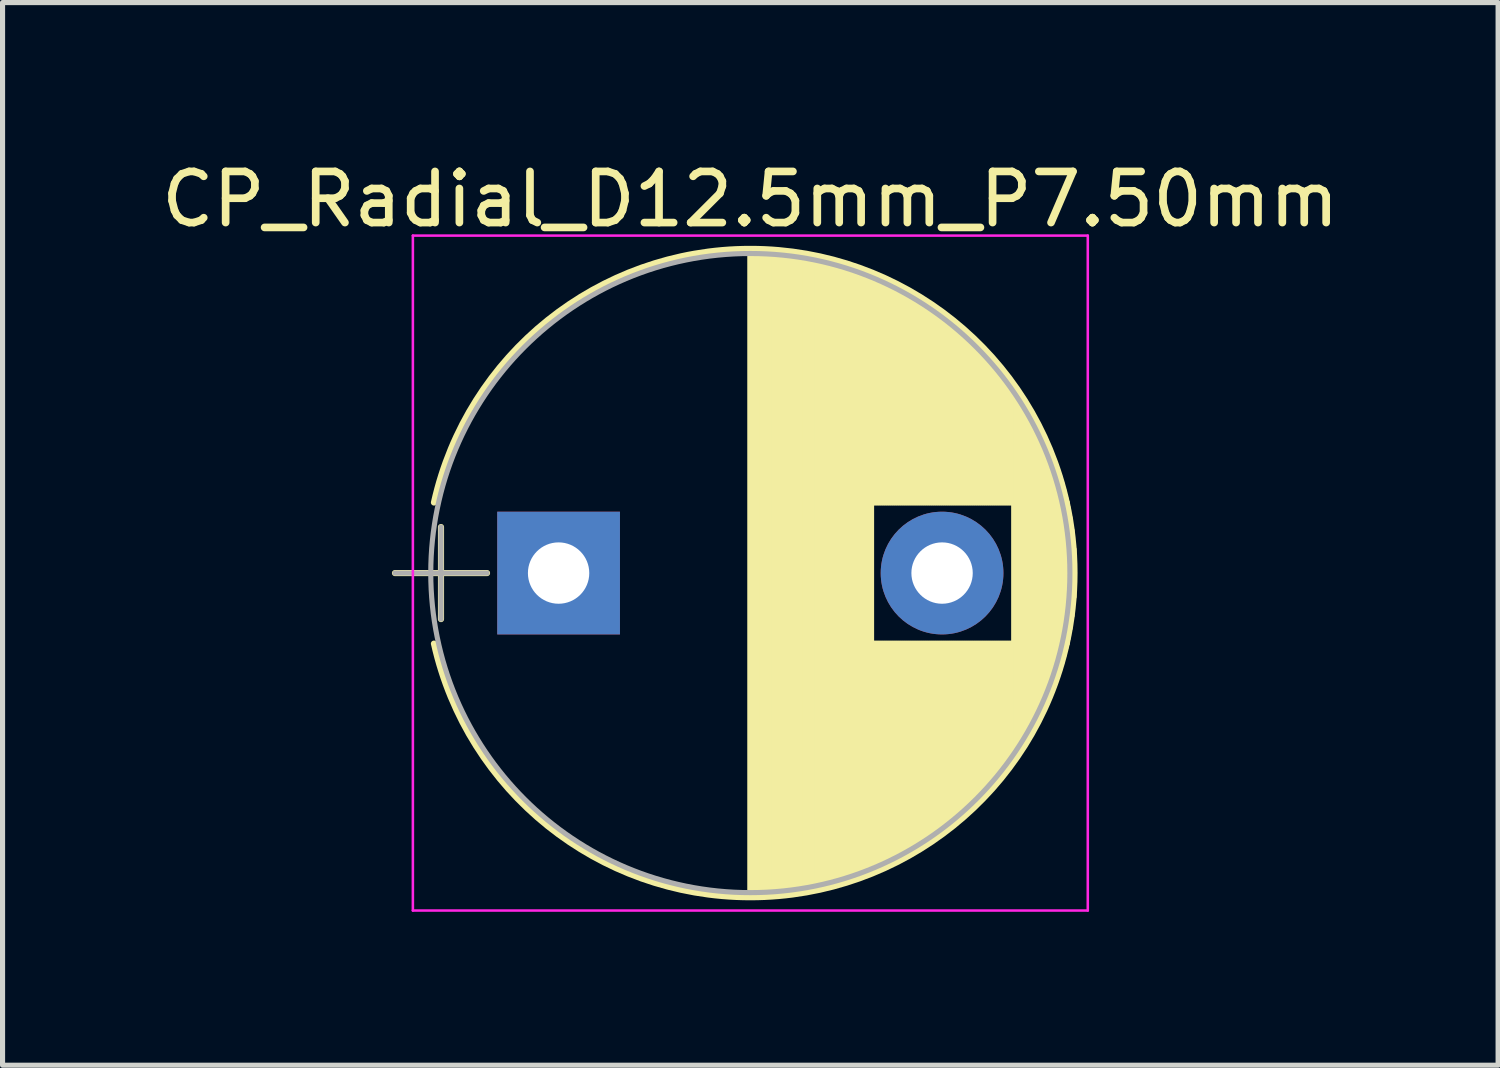
<source format=kicad_pcb>
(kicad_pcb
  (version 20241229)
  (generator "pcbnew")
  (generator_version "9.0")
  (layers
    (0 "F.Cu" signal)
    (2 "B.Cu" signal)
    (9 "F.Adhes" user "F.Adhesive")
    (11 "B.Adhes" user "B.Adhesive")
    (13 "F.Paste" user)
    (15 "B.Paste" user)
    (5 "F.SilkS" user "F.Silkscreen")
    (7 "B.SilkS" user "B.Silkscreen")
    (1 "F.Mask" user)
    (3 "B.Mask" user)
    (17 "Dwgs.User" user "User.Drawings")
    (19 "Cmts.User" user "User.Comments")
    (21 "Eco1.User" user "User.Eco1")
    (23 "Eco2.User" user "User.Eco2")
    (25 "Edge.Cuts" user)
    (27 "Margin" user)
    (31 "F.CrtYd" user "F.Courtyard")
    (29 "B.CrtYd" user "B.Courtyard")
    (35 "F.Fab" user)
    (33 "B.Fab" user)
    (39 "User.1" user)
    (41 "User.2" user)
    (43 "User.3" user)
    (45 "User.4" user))
  (footprint "CP_Radial_D12.5mm_P7.50mm"
    (layer "F.Cu")
    (at 7.875 8.158)
    (property "Reference" "CP_Radial_D12.5mm_P7.50mm" (at 3.75 -7.31 0) (layer "F.SilkS") (effects (font (size 1 1) (thickness 0.15))))
    (attr through_hole)
    (fp_line (start -3.2 0) (end -1.4 0) (stroke (width 0.12) (type solid)) (layer "F.SilkS"))
    (fp_line (start -2.3 -0.9) (end -2.3 0.9) (stroke (width 0.12) (type solid)) (layer "F.SilkS"))
    (fp_line (start 3.75 -6.3) (end 3.75 6.3) (stroke (width 0.12) (type solid)) (layer "F.SilkS"))
    (fp_line (start 3.79 -6.3) (end 3.79 6.3) (stroke (width 0.12) (type solid)) (layer "F.SilkS"))
    (fp_line (start 3.83 -6.3) (end 3.83 6.3) (stroke (width 0.12) (type solid)) (layer "F.SilkS"))
    (fp_line (start 3.87 -6.299) (end 3.87 6.299) (stroke (width 0.12) (type solid)) (layer "F.SilkS"))
    (fp_line (start 3.91 -6.298) (end 3.91 6.298) (stroke (width 0.12) (type solid)) (layer "F.SilkS"))
    (fp_line (start 3.95 -6.297) (end 3.95 6.297) (stroke (width 0.12) (type solid)) (layer "F.SilkS"))
    (fp_line (start 3.99 -6.296) (end 3.99 6.296) (stroke (width 0.12) (type solid)) (layer "F.SilkS"))
    (fp_line (start 4.03 -6.294) (end 4.03 6.294) (stroke (width 0.12) (type solid)) (layer "F.SilkS"))
    (fp_line (start 4.07 -6.292) (end 4.07 6.292) (stroke (width 0.12) (type solid)) (layer "F.SilkS"))
    (fp_line (start 4.11 -6.29) (end 4.11 6.29) (stroke (width 0.12) (type solid)) (layer "F.SilkS"))
    (fp_line (start 4.15 -6.288) (end 4.15 6.288) (stroke (width 0.12) (type solid)) (layer "F.SilkS"))
    (fp_line (start 4.19 -6.285) (end 4.19 6.285) (stroke (width 0.12) (type solid)) (layer "F.SilkS"))
    (fp_line (start 4.23 -6.282) (end 4.23 6.282) (stroke (width 0.12) (type solid)) (layer "F.SilkS"))
    (fp_line (start 4.27 -6.279) (end 4.27 6.279) (stroke (width 0.12) (type solid)) (layer "F.SilkS"))
    (fp_line (start 4.31 -6.276) (end 4.31 6.276) (stroke (width 0.12) (type solid)) (layer "F.SilkS"))
    (fp_line (start 4.35 -6.272) (end 4.35 6.272) (stroke (width 0.12) (type solid)) (layer "F.SilkS"))
    (fp_line (start 4.39 -6.268) (end 4.39 6.268) (stroke (width 0.12) (type solid)) (layer "F.SilkS"))
    (fp_line (start 4.43 -6.264) (end 4.43 6.264) (stroke (width 0.12) (type solid)) (layer "F.SilkS"))
    (fp_line (start 4.471 -6.259) (end 4.471 6.259) (stroke (width 0.12) (type solid)) (layer "F.SilkS"))
    (fp_line (start 4.511 -6.255) (end 4.511 6.255) (stroke (width 0.12) (type solid)) (layer "F.SilkS"))
    (fp_line (start 4.551 -6.25) (end 4.551 6.25) (stroke (width 0.12) (type solid)) (layer "F.SilkS"))
    (fp_line (start 4.591 -6.245) (end 4.591 6.245) (stroke (width 0.12) (type solid)) (layer "F.SilkS"))
    (fp_line (start 4.631 -6.239) (end 4.631 6.239) (stroke (width 0.12) (type solid)) (layer "F.SilkS"))
    (fp_line (start 4.671 -6.233) (end 4.671 6.233) (stroke (width 0.12) (type solid)) (layer "F.SilkS"))
    (fp_line (start 4.711 -6.227) (end 4.711 6.227) (stroke (width 0.12) (type solid)) (layer "F.SilkS"))
    (fp_line (start 4.751 -6.221) (end 4.751 6.221) (stroke (width 0.12) (type solid)) (layer "F.SilkS"))
    (fp_line (start 4.791 -6.215) (end 4.791 6.215) (stroke (width 0.12) (type solid)) (layer "F.SilkS"))
    (fp_line (start 4.831 -6.208) (end 4.831 6.208) (stroke (width 0.12) (type solid)) (layer "F.SilkS"))
    (fp_line (start 4.871 -6.201) (end 4.871 6.201) (stroke (width 0.12) (type solid)) (layer "F.SilkS"))
    (fp_line (start 4.911 -6.193) (end 4.911 6.193) (stroke (width 0.12) (type solid)) (layer "F.SilkS"))
    (fp_line (start 4.951 -6.186) (end 4.951 6.186) (stroke (width 0.12) (type solid)) (layer "F.SilkS"))
    (fp_line (start 4.991 -6.178) (end 4.991 6.178) (stroke (width 0.12) (type solid)) (layer "F.SilkS"))
    (fp_line (start 5.031 -6.17) (end 5.031 6.17) (stroke (width 0.12) (type solid)) (layer "F.SilkS"))
    (fp_line (start 5.071 -6.162) (end 5.071 6.162) (stroke (width 0.12) (type solid)) (layer "F.SilkS"))
    (fp_line (start 5.111 -6.153) (end 5.111 6.153) (stroke (width 0.12) (type solid)) (layer "F.SilkS"))
    (fp_line (start 5.151 -6.144) (end 5.151 6.144) (stroke (width 0.12) (type solid)) (layer "F.SilkS"))
    (fp_line (start 5.191 -6.135) (end 5.191 6.135) (stroke (width 0.12) (type solid)) (layer "F.SilkS"))
    (fp_line (start 5.231 -6.125) (end 5.231 6.125) (stroke (width 0.12) (type solid)) (layer "F.SilkS"))
    (fp_line (start 5.271 -6.116) (end 5.271 6.116) (stroke (width 0.12) (type solid)) (layer "F.SilkS"))
    (fp_line (start 5.311 -6.106) (end 5.311 6.106) (stroke (width 0.12) (type solid)) (layer "F.SilkS"))
    (fp_line (start 5.351 -6.095) (end 5.351 6.095) (stroke (width 0.12) (type solid)) (layer "F.SilkS"))
    (fp_line (start 5.391 -6.085) (end 5.391 6.085) (stroke (width 0.12) (type solid)) (layer "F.SilkS"))
    (fp_line (start 5.431 -6.074) (end 5.431 6.074) (stroke (width 0.12) (type solid)) (layer "F.SilkS"))
    (fp_line (start 5.471 -6.063) (end 5.471 6.063) (stroke (width 0.12) (type solid)) (layer "F.SilkS"))
    (fp_line (start 5.511 -6.051) (end 5.511 6.051) (stroke (width 0.12) (type solid)) (layer "F.SilkS"))
    (fp_line (start 5.551 -6.04) (end 5.551 6.04) (stroke (width 0.12) (type solid)) (layer "F.SilkS"))
    (fp_line (start 5.591 -6.028) (end 5.591 6.028) (stroke (width 0.12) (type solid)) (layer "F.SilkS"))
    (fp_line (start 5.631 -6.015) (end 5.631 6.015) (stroke (width 0.12) (type solid)) (layer "F.SilkS"))
    (fp_line (start 5.671 -6.003) (end 5.671 6.003) (stroke (width 0.12) (type solid)) (layer "F.SilkS"))
    (fp_line (start 5.711 -5.99) (end 5.711 5.99) (stroke (width 0.12) (type solid)) (layer "F.SilkS"))
    (fp_line (start 5.751 -5.977) (end 5.751 5.977) (stroke (width 0.12) (type solid)) (layer "F.SilkS"))
    (fp_line (start 5.791 -5.963) (end 5.791 5.963) (stroke (width 0.12) (type solid)) (layer "F.SilkS"))
    (fp_line (start 5.831 -5.95) (end 5.831 5.95) (stroke (width 0.12) (type solid)) (layer "F.SilkS"))
    (fp_line (start 5.871 -5.936) (end 5.871 5.936) (stroke (width 0.12) (type solid)) (layer "F.SilkS"))
    (fp_line (start 5.911 -5.921) (end 5.911 5.921) (stroke (width 0.12) (type solid)) (layer "F.SilkS"))
    (fp_line (start 5.951 -5.907) (end 5.951 5.907) (stroke (width 0.12) (type solid)) (layer "F.SilkS"))
    (fp_line (start 5.991 -5.892) (end 5.991 5.892) (stroke (width 0.12) (type solid)) (layer "F.SilkS"))
    (fp_line (start 6.031 -5.876) (end 6.031 5.876) (stroke (width 0.12) (type solid)) (layer "F.SilkS"))
    (fp_line (start 6.071 -5.861) (end 6.071 5.861) (stroke (width 0.12) (type solid)) (layer "F.SilkS"))
    (fp_line (start 6.111 -5.845) (end 6.111 5.845) (stroke (width 0.12) (type solid)) (layer "F.SilkS"))
    (fp_line (start 6.151 -5.829) (end 6.151 -1.38) (stroke (width 0.12) (type solid)) (layer "F.SilkS"))
    (fp_line (start 6.151 1.38) (end 6.151 5.829) (stroke (width 0.12) (type solid)) (layer "F.SilkS"))
    (fp_line (start 6.191 -5.812) (end 6.191 -1.38) (stroke (width 0.12) (type solid)) (layer "F.SilkS"))
    (fp_line (start 6.191 1.38) (end 6.191 5.812) (stroke (width 0.12) (type solid)) (layer "F.SilkS"))
    (fp_line (start 6.231 -5.795) (end 6.231 -1.38) (stroke (width 0.12) (type solid)) (layer "F.SilkS"))
    (fp_line (start 6.231 1.38) (end 6.231 5.795) (stroke (width 0.12) (type solid)) (layer "F.SilkS"))
    (fp_line (start 6.271 -5.778) (end 6.271 -1.38) (stroke (width 0.12) (type solid)) (layer "F.SilkS"))
    (fp_line (start 6.271 1.38) (end 6.271 5.778) (stroke (width 0.12) (type solid)) (layer "F.SilkS"))
    (fp_line (start 6.311 -5.761) (end 6.311 -1.38) (stroke (width 0.12) (type solid)) (layer "F.SilkS"))
    (fp_line (start 6.311 1.38) (end 6.311 5.761) (stroke (width 0.12) (type solid)) (layer "F.SilkS"))
    (fp_line (start 6.351 -5.743) (end 6.351 -1.38) (stroke (width 0.12) (type solid)) (layer "F.SilkS"))
    (fp_line (start 6.351 1.38) (end 6.351 5.743) (stroke (width 0.12) (type solid)) (layer "F.SilkS"))
    (fp_line (start 6.391 -5.725) (end 6.391 -1.38) (stroke (width 0.12) (type solid)) (layer "F.SilkS"))
    (fp_line (start 6.391 1.38) (end 6.391 5.725) (stroke (width 0.12) (type solid)) (layer "F.SilkS"))
    (fp_line (start 6.431 -5.706) (end 6.431 -1.38) (stroke (width 0.12) (type solid)) (layer "F.SilkS"))
    (fp_line (start 6.431 1.38) (end 6.431 5.706) (stroke (width 0.12) (type solid)) (layer "F.SilkS"))
    (fp_line (start 6.471 -5.687) (end 6.471 -1.38) (stroke (width 0.12) (type solid)) (layer "F.SilkS"))
    (fp_line (start 6.471 1.38) (end 6.471 5.687) (stroke (width 0.12) (type solid)) (layer "F.SilkS"))
    (fp_line (start 6.511 -5.668) (end 6.511 -1.38) (stroke (width 0.12) (type solid)) (layer "F.SilkS"))
    (fp_line (start 6.511 1.38) (end 6.511 5.668) (stroke (width 0.12) (type solid)) (layer "F.SilkS"))
    (fp_line (start 6.551 -5.649) (end 6.551 -1.38) (stroke (width 0.12) (type solid)) (layer "F.SilkS"))
    (fp_line (start 6.551 1.38) (end 6.551 5.649) (stroke (width 0.12) (type solid)) (layer "F.SilkS"))
    (fp_line (start 6.591 -5.629) (end 6.591 -1.38) (stroke (width 0.12) (type solid)) (layer "F.SilkS"))
    (fp_line (start 6.591 1.38) (end 6.591 5.629) (stroke (width 0.12) (type solid)) (layer "F.SilkS"))
    (fp_line (start 6.631 -5.609) (end 6.631 -1.38) (stroke (width 0.12) (type solid)) (layer "F.SilkS"))
    (fp_line (start 6.631 1.38) (end 6.631 5.609) (stroke (width 0.12) (type solid)) (layer "F.SilkS"))
    (fp_line (start 6.671 -5.588) (end 6.671 -1.38) (stroke (width 0.12) (type solid)) (layer "F.SilkS"))
    (fp_line (start 6.671 1.38) (end 6.671 5.588) (stroke (width 0.12) (type solid)) (layer "F.SilkS"))
    (fp_line (start 6.711 -5.567) (end 6.711 -1.38) (stroke (width 0.12) (type solid)) (layer "F.SilkS"))
    (fp_line (start 6.711 1.38) (end 6.711 5.567) (stroke (width 0.12) (type solid)) (layer "F.SilkS"))
    (fp_line (start 6.751 -5.546) (end 6.751 -1.38) (stroke (width 0.12) (type solid)) (layer "F.SilkS"))
    (fp_line (start 6.751 1.38) (end 6.751 5.546) (stroke (width 0.12) (type solid)) (layer "F.SilkS"))
    (fp_line (start 6.791 -5.524) (end 6.791 -1.38) (stroke (width 0.12) (type solid)) (layer "F.SilkS"))
    (fp_line (start 6.791 1.38) (end 6.791 5.524) (stroke (width 0.12) (type solid)) (layer "F.SilkS"))
    (fp_line (start 6.831 -5.502) (end 6.831 -1.38) (stroke (width 0.12) (type solid)) (layer "F.SilkS"))
    (fp_line (start 6.831 1.38) (end 6.831 5.502) (stroke (width 0.12) (type solid)) (layer "F.SilkS"))
    (fp_line (start 6.871 -5.48) (end 6.871 -1.38) (stroke (width 0.12) (type solid)) (layer "F.SilkS"))
    (fp_line (start 6.871 1.38) (end 6.871 5.48) (stroke (width 0.12) (type solid)) (layer "F.SilkS"))
    (fp_line (start 6.911 -5.457) (end 6.911 -1.38) (stroke (width 0.12) (type solid)) (layer "F.SilkS"))
    (fp_line (start 6.911 1.38) (end 6.911 5.457) (stroke (width 0.12) (type solid)) (layer "F.SilkS"))
    (fp_line (start 6.951 -5.434) (end 6.951 -1.38) (stroke (width 0.12) (type solid)) (layer "F.SilkS"))
    (fp_line (start 6.951 1.38) (end 6.951 5.434) (stroke (width 0.12) (type solid)) (layer "F.SilkS"))
    (fp_line (start 6.991 -5.41) (end 6.991 -1.38) (stroke (width 0.12) (type solid)) (layer "F.SilkS"))
    (fp_line (start 6.991 1.38) (end 6.991 5.41) (stroke (width 0.12) (type solid)) (layer "F.SilkS"))
    (fp_line (start 7.031 -5.386) (end 7.031 -1.38) (stroke (width 0.12) (type solid)) (layer "F.SilkS"))
    (fp_line (start 7.031 1.38) (end 7.031 5.386) (stroke (width 0.12) (type solid)) (layer "F.SilkS"))
    (fp_line (start 7.071 -5.362) (end 7.071 -1.38) (stroke (width 0.12) (type solid)) (layer "F.SilkS"))
    (fp_line (start 7.071 1.38) (end 7.071 5.362) (stroke (width 0.12) (type solid)) (layer "F.SilkS"))
    (fp_line (start 7.111 -5.337) (end 7.111 -1.38) (stroke (width 0.12) (type solid)) (layer "F.SilkS"))
    (fp_line (start 7.111 1.38) (end 7.111 5.337) (stroke (width 0.12) (type solid)) (layer "F.SilkS"))
    (fp_line (start 7.151 -5.312) (end 7.151 -1.38) (stroke (width 0.12) (type solid)) (layer "F.SilkS"))
    (fp_line (start 7.151 1.38) (end 7.151 5.312) (stroke (width 0.12) (type solid)) (layer "F.SilkS"))
    (fp_line (start 7.191 -5.286) (end 7.191 -1.38) (stroke (width 0.12) (type solid)) (layer "F.SilkS"))
    (fp_line (start 7.191 1.38) (end 7.191 5.286) (stroke (width 0.12) (type solid)) (layer "F.SilkS"))
    (fp_line (start 7.231 -5.26) (end 7.231 -1.38) (stroke (width 0.12) (type solid)) (layer "F.SilkS"))
    (fp_line (start 7.231 1.38) (end 7.231 5.26) (stroke (width 0.12) (type solid)) (layer "F.SilkS"))
    (fp_line (start 7.271 -5.234) (end 7.271 -1.38) (stroke (width 0.12) (type solid)) (layer "F.SilkS"))
    (fp_line (start 7.271 1.38) (end 7.271 5.234) (stroke (width 0.12) (type solid)) (layer "F.SilkS"))
    (fp_line (start 7.311 -5.207) (end 7.311 -1.38) (stroke (width 0.12) (type solid)) (layer "F.SilkS"))
    (fp_line (start 7.311 1.38) (end 7.311 5.207) (stroke (width 0.12) (type solid)) (layer "F.SilkS"))
    (fp_line (start 7.351 -5.179) (end 7.351 -1.38) (stroke (width 0.12) (type solid)) (layer "F.SilkS"))
    (fp_line (start 7.351 1.38) (end 7.351 5.179) (stroke (width 0.12) (type solid)) (layer "F.SilkS"))
    (fp_line (start 7.391 -5.151) (end 7.391 -1.38) (stroke (width 0.12) (type solid)) (layer "F.SilkS"))
    (fp_line (start 7.391 1.38) (end 7.391 5.151) (stroke (width 0.12) (type solid)) (layer "F.SilkS"))
    (fp_line (start 7.431 -5.123) (end 7.431 -1.38) (stroke (width 0.12) (type solid)) (layer "F.SilkS"))
    (fp_line (start 7.431 1.38) (end 7.431 5.123) (stroke (width 0.12) (type solid)) (layer "F.SilkS"))
    (fp_line (start 7.471 -5.094) (end 7.471 -1.38) (stroke (width 0.12) (type solid)) (layer "F.SilkS"))
    (fp_line (start 7.471 1.38) (end 7.471 5.094) (stroke (width 0.12) (type solid)) (layer "F.SilkS"))
    (fp_line (start 7.511 -5.065) (end 7.511 -1.38) (stroke (width 0.12) (type solid)) (layer "F.SilkS"))
    (fp_line (start 7.511 1.38) (end 7.511 5.065) (stroke (width 0.12) (type solid)) (layer "F.SilkS"))
    (fp_line (start 7.551 -5.035) (end 7.551 -1.38) (stroke (width 0.12) (type solid)) (layer "F.SilkS"))
    (fp_line (start 7.551 1.38) (end 7.551 5.035) (stroke (width 0.12) (type solid)) (layer "F.SilkS"))
    (fp_line (start 7.591 -5.005) (end 7.591 -1.38) (stroke (width 0.12) (type solid)) (layer "F.SilkS"))
    (fp_line (start 7.591 1.38) (end 7.591 5.005) (stroke (width 0.12) (type solid)) (layer "F.SilkS"))
    (fp_line (start 7.631 -4.975) (end 7.631 -1.38) (stroke (width 0.12) (type solid)) (layer "F.SilkS"))
    (fp_line (start 7.631 1.38) (end 7.631 4.975) (stroke (width 0.12) (type solid)) (layer "F.SilkS"))
    (fp_line (start 7.671 -4.943) (end 7.671 -1.38) (stroke (width 0.12) (type solid)) (layer "F.SilkS"))
    (fp_line (start 7.671 1.38) (end 7.671 4.943) (stroke (width 0.12) (type solid)) (layer "F.SilkS"))
    (fp_line (start 7.711 -4.912) (end 7.711 -1.38) (stroke (width 0.12) (type solid)) (layer "F.SilkS"))
    (fp_line (start 7.711 1.38) (end 7.711 4.912) (stroke (width 0.12) (type solid)) (layer "F.SilkS"))
    (fp_line (start 7.751 -4.879) (end 7.751 -1.38) (stroke (width 0.12) (type solid)) (layer "F.SilkS"))
    (fp_line (start 7.751 1.38) (end 7.751 4.879) (stroke (width 0.12) (type solid)) (layer "F.SilkS"))
    (fp_line (start 7.791 -4.847) (end 7.791 -1.38) (stroke (width 0.12) (type solid)) (layer "F.SilkS"))
    (fp_line (start 7.791 1.38) (end 7.791 4.847) (stroke (width 0.12) (type solid)) (layer "F.SilkS"))
    (fp_line (start 7.831 -4.813) (end 7.831 -1.38) (stroke (width 0.12) (type solid)) (layer "F.SilkS"))
    (fp_line (start 7.831 1.38) (end 7.831 4.813) (stroke (width 0.12) (type solid)) (layer "F.SilkS"))
    (fp_line (start 7.871 -4.779) (end 7.871 -1.38) (stroke (width 0.12) (type solid)) (layer "F.SilkS"))
    (fp_line (start 7.871 1.38) (end 7.871 4.779) (stroke (width 0.12) (type solid)) (layer "F.SilkS"))
    (fp_line (start 7.911 -4.745) (end 7.911 -1.38) (stroke (width 0.12) (type solid)) (layer "F.SilkS"))
    (fp_line (start 7.911 1.38) (end 7.911 4.745) (stroke (width 0.12) (type solid)) (layer "F.SilkS"))
    (fp_line (start 7.951 -4.71) (end 7.951 -1.38) (stroke (width 0.12) (type solid)) (layer "F.SilkS"))
    (fp_line (start 7.951 1.38) (end 7.951 4.71) (stroke (width 0.12) (type solid)) (layer "F.SilkS"))
    (fp_line (start 7.991 -4.674) (end 7.991 -1.38) (stroke (width 0.12) (type solid)) (layer "F.SilkS"))
    (fp_line (start 7.991 1.38) (end 7.991 4.674) (stroke (width 0.12) (type solid)) (layer "F.SilkS"))
    (fp_line (start 8.031 -4.638) (end 8.031 -1.38) (stroke (width 0.12) (type solid)) (layer "F.SilkS"))
    (fp_line (start 8.031 1.38) (end 8.031 4.638) (stroke (width 0.12) (type solid)) (layer "F.SilkS"))
    (fp_line (start 8.071 -4.601) (end 8.071 -1.38) (stroke (width 0.12) (type solid)) (layer "F.SilkS"))
    (fp_line (start 8.071 1.38) (end 8.071 4.601) (stroke (width 0.12) (type solid)) (layer "F.SilkS"))
    (fp_line (start 8.111 -4.563) (end 8.111 -1.38) (stroke (width 0.12) (type solid)) (layer "F.SilkS"))
    (fp_line (start 8.111 1.38) (end 8.111 4.563) (stroke (width 0.12) (type solid)) (layer "F.SilkS"))
    (fp_line (start 8.151 -4.525) (end 8.151 -1.38) (stroke (width 0.12) (type solid)) (layer "F.SilkS"))
    (fp_line (start 8.151 1.38) (end 8.151 4.525) (stroke (width 0.12) (type solid)) (layer "F.SilkS"))
    (fp_line (start 8.191 -4.486) (end 8.191 -1.38) (stroke (width 0.12) (type solid)) (layer "F.SilkS"))
    (fp_line (start 8.191 1.38) (end 8.191 4.486) (stroke (width 0.12) (type solid)) (layer "F.SilkS"))
    (fp_line (start 8.231 -4.447) (end 8.231 -1.38) (stroke (width 0.12) (type solid)) (layer "F.SilkS"))
    (fp_line (start 8.231 1.38) (end 8.231 4.447) (stroke (width 0.12) (type solid)) (layer "F.SilkS"))
    (fp_line (start 8.271 -4.406) (end 8.271 -1.38) (stroke (width 0.12) (type solid)) (layer "F.SilkS"))
    (fp_line (start 8.271 1.38) (end 8.271 4.406) (stroke (width 0.12) (type solid)) (layer "F.SilkS"))
    (fp_line (start 8.311 -4.365) (end 8.311 -1.38) (stroke (width 0.12) (type solid)) (layer "F.SilkS"))
    (fp_line (start 8.311 1.38) (end 8.311 4.365) (stroke (width 0.12) (type solid)) (layer "F.SilkS"))
    (fp_line (start 8.351 -4.323) (end 8.351 -1.38) (stroke (width 0.12) (type solid)) (layer "F.SilkS"))
    (fp_line (start 8.351 1.38) (end 8.351 4.323) (stroke (width 0.12) (type solid)) (layer "F.SilkS"))
    (fp_line (start 8.391 -4.281) (end 8.391 -1.38) (stroke (width 0.12) (type solid)) (layer "F.SilkS"))
    (fp_line (start 8.391 1.38) (end 8.391 4.281) (stroke (width 0.12) (type solid)) (layer "F.SilkS"))
    (fp_line (start 8.431 -4.238) (end 8.431 -1.38) (stroke (width 0.12) (type solid)) (layer "F.SilkS"))
    (fp_line (start 8.431 1.38) (end 8.431 4.238) (stroke (width 0.12) (type solid)) (layer "F.SilkS"))
    (fp_line (start 8.471 -4.193) (end 8.471 -1.38) (stroke (width 0.12) (type solid)) (layer "F.SilkS"))
    (fp_line (start 8.471 1.38) (end 8.471 4.193) (stroke (width 0.12) (type solid)) (layer "F.SilkS"))
    (fp_line (start 8.511 -4.148) (end 8.511 -1.38) (stroke (width 0.12) (type solid)) (layer "F.SilkS"))
    (fp_line (start 8.511 1.38) (end 8.511 4.148) (stroke (width 0.12) (type solid)) (layer "F.SilkS"))
    (fp_line (start 8.551 -4.102) (end 8.551 -1.38) (stroke (width 0.12) (type solid)) (layer "F.SilkS"))
    (fp_line (start 8.551 1.38) (end 8.551 4.102) (stroke (width 0.12) (type solid)) (layer "F.SilkS"))
    (fp_line (start 8.591 -4.056) (end 8.591 -1.38) (stroke (width 0.12) (type solid)) (layer "F.SilkS"))
    (fp_line (start 8.591 1.38) (end 8.591 4.056) (stroke (width 0.12) (type solid)) (layer "F.SilkS"))
    (fp_line (start 8.631 -4.008) (end 8.631 -1.38) (stroke (width 0.12) (type solid)) (layer "F.SilkS"))
    (fp_line (start 8.631 1.38) (end 8.631 4.008) (stroke (width 0.12) (type solid)) (layer "F.SilkS"))
    (fp_line (start 8.671 -3.959) (end 8.671 -1.38) (stroke (width 0.12) (type solid)) (layer "F.SilkS"))
    (fp_line (start 8.671 1.38) (end 8.671 3.959) (stroke (width 0.12) (type solid)) (layer "F.SilkS"))
    (fp_line (start 8.711 -3.909) (end 8.711 -1.38) (stroke (width 0.12) (type solid)) (layer "F.SilkS"))
    (fp_line (start 8.711 1.38) (end 8.711 3.909) (stroke (width 0.12) (type solid)) (layer "F.SilkS"))
    (fp_line (start 8.751 -3.859) (end 8.751 -1.38) (stroke (width 0.12) (type solid)) (layer "F.SilkS"))
    (fp_line (start 8.751 1.38) (end 8.751 3.859) (stroke (width 0.12) (type solid)) (layer "F.SilkS"))
    (fp_line (start 8.791 -3.807) (end 8.791 -1.38) (stroke (width 0.12) (type solid)) (layer "F.SilkS"))
    (fp_line (start 8.791 1.38) (end 8.791 3.807) (stroke (width 0.12) (type solid)) (layer "F.SilkS"))
    (fp_line (start 8.831 -3.754) (end 8.831 -1.38) (stroke (width 0.12) (type solid)) (layer "F.SilkS"))
    (fp_line (start 8.831 1.38) (end 8.831 3.754) (stroke (width 0.12) (type solid)) (layer "F.SilkS"))
    (fp_line (start 8.871 -3.7) (end 8.871 -1.38) (stroke (width 0.12) (type solid)) (layer "F.SilkS"))
    (fp_line (start 8.871 1.38) (end 8.871 3.7) (stroke (width 0.12) (type solid)) (layer "F.SilkS"))
    (fp_line (start 8.911 -3.644) (end 8.911 3.644) (stroke (width 0.12) (type solid)) (layer "F.SilkS"))
    (fp_line (start 8.951 -3.588) (end 8.951 3.588) (stroke (width 0.12) (type solid)) (layer "F.SilkS"))
    (fp_line (start 8.991 -3.53) (end 8.991 3.53) (stroke (width 0.12) (type solid)) (layer "F.SilkS"))
    (fp_line (start 9.031 -3.47) (end 9.031 3.47) (stroke (width 0.12) (type solid)) (layer "F.SilkS"))
    (fp_line (start 9.071 -3.409) (end 9.071 3.409) (stroke (width 0.12) (type solid)) (layer "F.SilkS"))
    (fp_line (start 9.111 -3.347) (end 9.111 3.347) (stroke (width 0.12) (type solid)) (layer "F.SilkS"))
    (fp_line (start 9.151 -3.282) (end 9.151 3.282) (stroke (width 0.12) (type solid)) (layer "F.SilkS"))
    (fp_line (start 9.191 -3.217) (end 9.191 3.217) (stroke (width 0.12) (type solid)) (layer "F.SilkS"))
    (fp_line (start 9.231 -3.149) (end 9.231 3.149) (stroke (width 0.12) (type solid)) (layer "F.SilkS"))
    (fp_line (start 9.271 -3.079) (end 9.271 3.079) (stroke (width 0.12) (type solid)) (layer "F.SilkS"))
    (fp_line (start 9.311 -3.007) (end 9.311 3.007) (stroke (width 0.12) (type solid)) (layer "F.SilkS"))
    (fp_line (start 9.351 -2.933) (end 9.351 2.933) (stroke (width 0.12) (type solid)) (layer "F.SilkS"))
    (fp_line (start 9.391 -2.856) (end 9.391 2.856) (stroke (width 0.12) (type solid)) (layer "F.SilkS"))
    (fp_line (start 9.431 -2.777) (end 9.431 2.777) (stroke (width 0.12) (type solid)) (layer "F.SilkS"))
    (fp_line (start 9.471 -2.695) (end 9.471 2.695) (stroke (width 0.12) (type solid)) (layer "F.SilkS"))
    (fp_line (start 9.511 -2.61) (end 9.511 2.61) (stroke (width 0.12) (type solid)) (layer "F.SilkS"))
    (fp_line (start 9.551 -2.521) (end 9.551 2.521) (stroke (width 0.12) (type solid)) (layer "F.SilkS"))
    (fp_line (start 9.591 -2.428) (end 9.591 2.428) (stroke (width 0.12) (type solid)) (layer "F.SilkS"))
    (fp_line (start 9.631 -2.331) (end 9.631 2.331) (stroke (width 0.12) (type solid)) (layer "F.SilkS"))
    (fp_line (start 9.671 -2.23) (end 9.671 2.23) (stroke (width 0.12) (type solid)) (layer "F.SilkS"))
    (fp_line (start 9.711 -2.122) (end 9.711 2.122) (stroke (width 0.12) (type solid)) (layer "F.SilkS"))
    (fp_line (start 9.751 -2.009) (end 9.751 2.009) (stroke (width 0.12) (type solid)) (layer "F.SilkS"))
    (fp_line (start 9.791 -1.888) (end 9.791 1.888) (stroke (width 0.12) (type solid)) (layer "F.SilkS"))
    (fp_line (start 9.831 -1.757) (end 9.831 1.757) (stroke (width 0.12) (type solid)) (layer "F.SilkS"))
    (fp_line (start 9.871 -1.616) (end 9.871 1.616) (stroke (width 0.12) (type solid)) (layer "F.SilkS"))
    (fp_line (start 9.911 -1.46) (end 9.911 1.46) (stroke (width 0.12) (type solid)) (layer "F.SilkS"))
    (fp_line (start 9.951 -1.285) (end 9.951 1.285) (stroke (width 0.12) (type solid)) (layer "F.SilkS"))
    (fp_line (start 9.991 -1.082) (end 9.991 1.082) (stroke (width 0.12) (type solid)) (layer "F.SilkS"))
    (fp_line (start 10.031 -0.831) (end 10.031 0.831) (stroke (width 0.12) (type solid)) (layer "F.SilkS"))
    (fp_line (start 10.071 -0.464) (end 10.071 0.464) (stroke (width 0.12) (type solid)) (layer "F.SilkS"))
    (fp_arc (start -2.437988 -1.38) (mid 3.75243 -6.339999) (end 9.939044 -1.375256) (stroke (width 0.12) (type solid)) (layer "F.SilkS"))
    (fp_arc (start 9.937988 -1.38) (mid 10.089999 -0.00243) (end 9.939044 1.375256) (stroke (width 0.12) (type solid)) (layer "F.SilkS"))
    (fp_arc (start 9.939044 1.375256) (mid 3.75243 6.339999) (end -2.437988 1.38) (stroke (width 0.12) (type solid)) (layer "F.SilkS"))
    (fp_line (start -2.85 -6.6) (end -2.85 6.6) (stroke (width 0.05) (type solid)) (layer "F.CrtYd"))
    (fp_line (start -2.85 6.6) (end 10.35 6.6) (stroke (width 0.05) (type solid)) (layer "F.CrtYd"))
    (fp_line (start 10.35 -6.6) (end -2.85 -6.6) (stroke (width 0.05) (type solid)) (layer "F.CrtYd"))
    (fp_line (start 10.35 6.6) (end 10.35 -6.6) (stroke (width 0.05) (type solid)) (layer "F.CrtYd"))
    (fp_line (start -3.2 0) (end -1.4 0) (stroke (width 0.1) (type solid)) (layer "F.Fab"))
    (fp_line (start -2.3 -0.9) (end -2.3 0.9) (stroke (width 0.1) (type solid)) (layer "F.Fab"))
    (fp_circle (center 3.75 0) (end 10 0) (stroke (width 0.1) (type solid)) (fill no) (layer "F.Fab"))
    (pad "1" thru_hole rect (at 0 0) (size 2.4 2.4) (drill 1.2) (layers "*.Cu" "*.Mask"))
    (pad "2" thru_hole circle (at 7.5 0) (size 2.4 2.4) (drill 1.2) (layers "*.Cu" "*.Mask")))
  (gr_rect
    (start -3 -3)
    (end 26.25 17.783)
    (stroke (width 0.1) (type default))
    (fill no)
    (layer "Edge.Cuts")))
</source>
